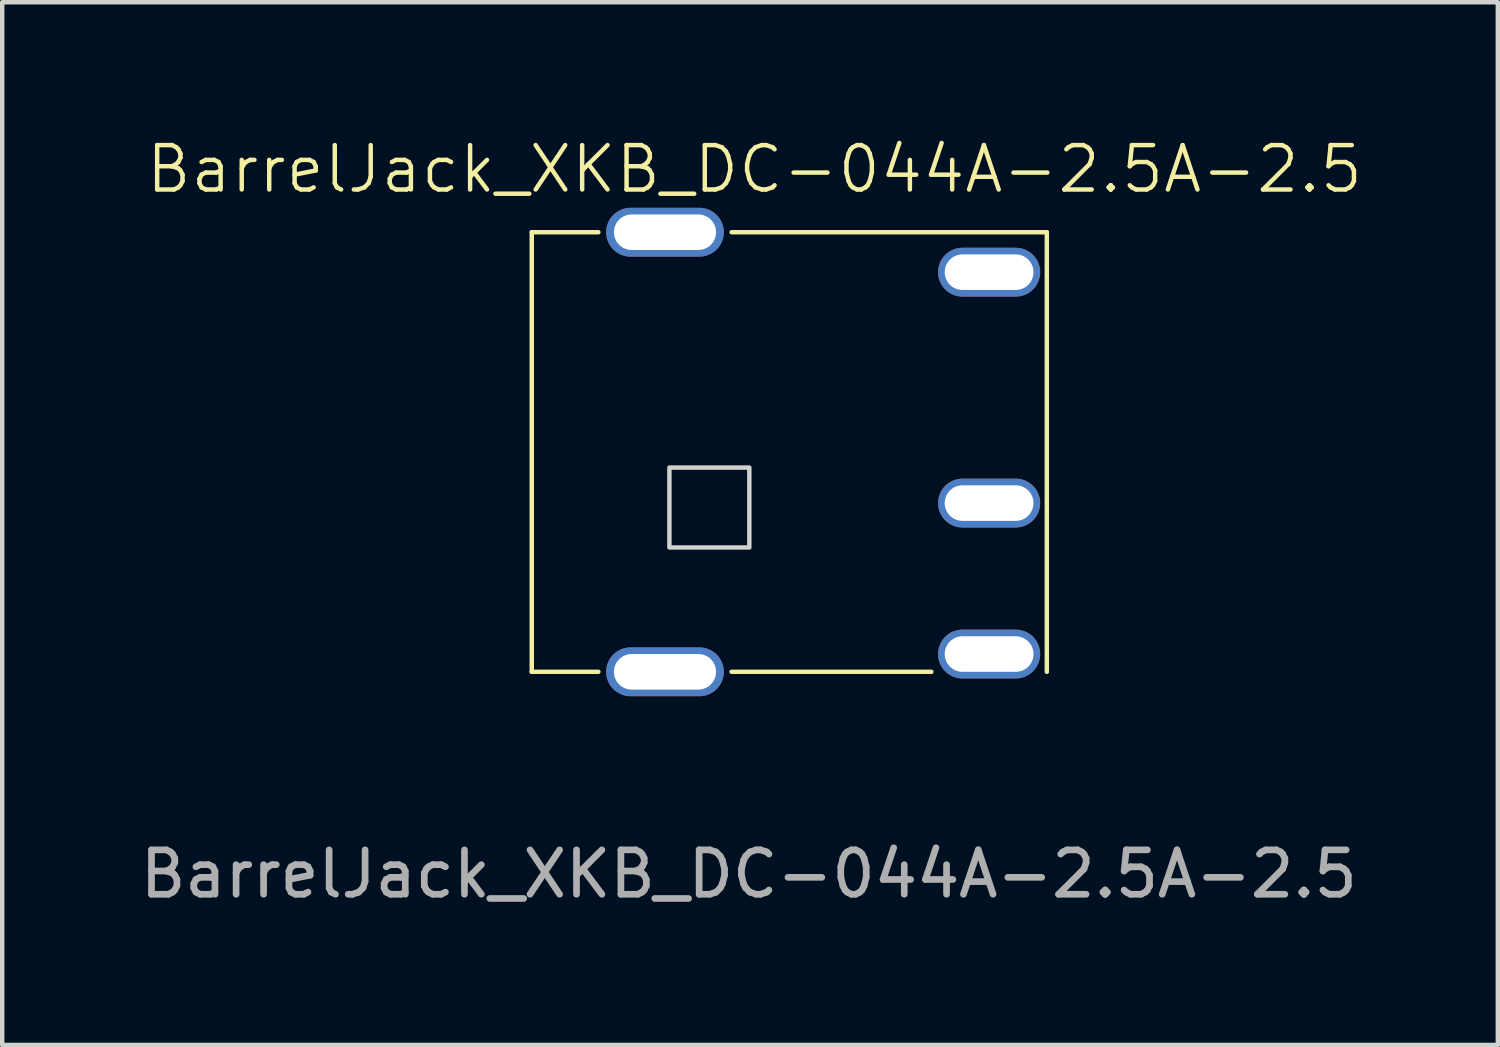
<source format=kicad_pcb>
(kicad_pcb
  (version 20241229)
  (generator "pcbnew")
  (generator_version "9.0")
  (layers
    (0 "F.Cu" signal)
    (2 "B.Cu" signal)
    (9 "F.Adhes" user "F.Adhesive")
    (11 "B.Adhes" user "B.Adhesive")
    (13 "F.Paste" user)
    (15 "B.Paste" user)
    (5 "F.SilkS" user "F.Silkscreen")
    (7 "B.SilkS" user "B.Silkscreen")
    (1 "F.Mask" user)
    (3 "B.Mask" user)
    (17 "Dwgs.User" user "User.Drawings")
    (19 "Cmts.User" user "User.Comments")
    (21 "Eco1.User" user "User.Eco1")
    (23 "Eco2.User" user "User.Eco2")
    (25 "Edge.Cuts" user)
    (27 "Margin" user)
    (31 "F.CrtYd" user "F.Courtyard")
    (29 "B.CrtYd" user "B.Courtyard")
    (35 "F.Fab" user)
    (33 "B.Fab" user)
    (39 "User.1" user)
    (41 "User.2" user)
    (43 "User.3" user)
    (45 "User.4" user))
  (footprint "BarrelJack_XKB_DC-044A-2.5A-2.5"
    (layer "F.Cu")
    (at 12.926 8.38)
    (property "Reference" "BarrelJack_XKB_DC-044A-2.5A-2.5" (at 1.016 -7.62 0) (unlocked yes) (layer "F.SilkS") (effects (font (size 1 1) (thickness 0.1))))
    (attr smd)
    (fp_line (start -4 -6.2) (end -4 3.7) (stroke (width 0.1) (type default)) (layer "F.SilkS"))
    (fp_line (start -4 -6.2) (end -2.5 -6.2) (stroke (width 0.1) (type default)) (layer "F.SilkS"))
    (fp_line (start -4 3.7) (end -2.5 3.7) (stroke (width 0.1) (type default)) (layer "F.SilkS"))
    (fp_line (start 0.5 -6.2) (end 7.6 -6.2) (stroke (width 0.1) (type default)) (layer "F.SilkS"))
    (fp_line (start 0.5 3.7) (end 5 3.7) (stroke (width 0.1) (type default)) (layer "F.SilkS"))
    (fp_line (start 7.6 -6.2) (end 7.6 3.7) (stroke (width 0.1) (type default)) (layer "F.SilkS"))
    (fp_rect (start -0.9 -0.9) (end 0.9 0.9) (stroke (width 0.1) (type default)) (fill no) (layer "Edge.Cuts"))
    (fp_text user "${REFERENCE}" (at 0.889 8.255 0) (unlocked yes) (layer "F.Fab") (effects (font (size 1 1) (thickness 0.15))))
    (pad "1" thru_hole oval (at 6.3 3.3 180) (size 2.3 1.1) (drill oval 2 0.8) (layers "*.Cu" "*.Mask"))
    (pad "2" thru_hole oval (at 6.3 -5.3 180) (size 2.3 1.1) (drill oval 2 0.8) (layers "*.Cu" "*.Mask"))
    (pad "3" thru_hole oval (at 6.3 -0.1 180) (size 2.3 1.1) (drill oval 2 0.8) (layers "*.Cu" "*.Mask"))
    (pad "MP" thru_hole oval (at -1 -6.2 180) (size 2.65 1.1) (drill oval 2.3 0.8) (layers "*.Cu" "*.Mask"))
    (pad "MP" thru_hole oval (at -1 3.7 180) (size 2.65 1.1) (drill oval 2.3 0.8) (layers "*.Cu" "*.Mask")))
  (gr_rect
    (start -3 -3)
    (end 30.683 20.484)
    (stroke (width 0.1) (type default))
    (fill no)
    (layer "Edge.Cuts")))
</source>
